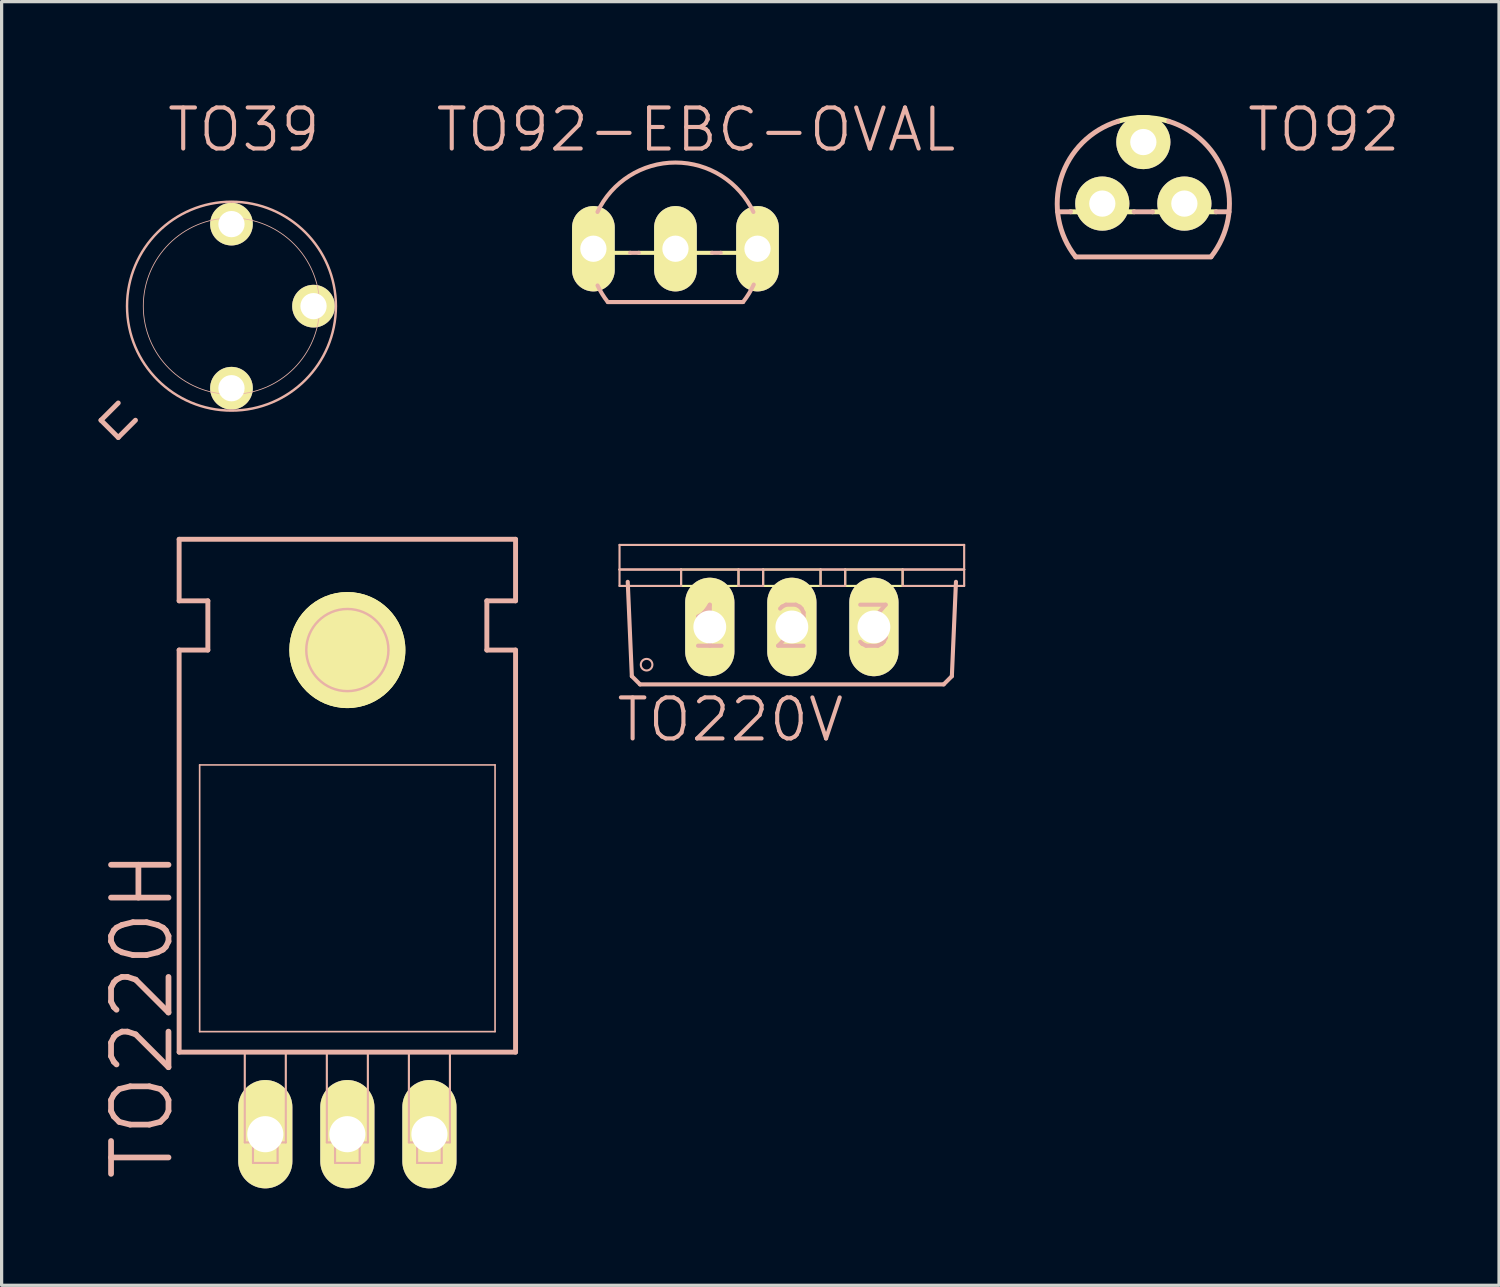
<source format=kicad_pcb>
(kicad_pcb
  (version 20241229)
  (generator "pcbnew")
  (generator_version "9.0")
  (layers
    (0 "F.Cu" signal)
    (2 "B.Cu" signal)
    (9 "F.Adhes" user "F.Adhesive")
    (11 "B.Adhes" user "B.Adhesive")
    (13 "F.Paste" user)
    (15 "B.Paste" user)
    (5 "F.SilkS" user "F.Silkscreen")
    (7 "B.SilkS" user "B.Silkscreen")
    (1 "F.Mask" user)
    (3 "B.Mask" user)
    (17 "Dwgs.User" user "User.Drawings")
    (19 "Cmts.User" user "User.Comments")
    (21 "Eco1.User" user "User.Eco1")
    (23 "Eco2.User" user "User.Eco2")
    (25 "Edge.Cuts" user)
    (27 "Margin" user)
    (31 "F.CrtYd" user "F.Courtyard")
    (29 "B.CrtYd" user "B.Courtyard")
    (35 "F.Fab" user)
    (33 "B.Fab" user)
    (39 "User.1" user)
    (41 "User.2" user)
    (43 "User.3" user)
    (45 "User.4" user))
  (footprint "TO220H"
    (layer "F.Cu")
    (at 7.702 21.898)
    (property "Reference" "TO220H" (at -6.35 6.477 90) (layer "B.SilkS") (effects (font (size 1.778 1.778) (thickness 0.178))))
    (attr exclude_from_pos_files exclude_from_bom)
    (fp_line (start -1.651 -4.826) (end 1.651 -4.826) (stroke (width 0.127) (type solid)) (layer "F.SilkS"))
    (fp_line (start 0 -3.175) (end 0 -6.477) (stroke (width 0.127) (type solid)) (layer "F.SilkS"))
    (fp_circle (center 0 -4.826) (end -1.27 -6.096) (stroke (width 0) (type solid)) (fill yes) (layer "F.SilkS"))
    (fp_circle (center 0 -4.826) (end -1.27 -6.096) (stroke (width 0) (type solid)) (fill yes) (layer "F.SilkS"))
    (fp_circle (center 0 -4.826) (end -0.826 -5.652) (stroke (width 0.127) (type solid)) (fill no) (layer "F.SilkS"))
    (fp_line (start -5.207 -6.35) (end -5.207 -8.255) (stroke (width 0.152) (type solid)) (layer "B.SilkS"))
    (fp_line (start -5.207 -4.826) (end -4.318 -4.826) (stroke (width 0.152) (type solid)) (layer "B.SilkS"))
    (fp_line (start -5.207 7.62) (end -5.207 -4.826) (stroke (width 0.152) (type solid)) (layer "B.SilkS"))
    (fp_line (start -5.207 7.62) (end 5.207 7.62) (stroke (width 0.152) (type solid)) (layer "B.SilkS"))
    (fp_line (start -4.572 6.985) (end -4.572 -1.27) (stroke (width 0.051) (type solid)) (layer "B.SilkS"))
    (fp_line (start -4.572 6.985) (end 4.572 6.985) (stroke (width 0.051) (type solid)) (layer "B.SilkS"))
    (fp_line (start -4.318 -6.35) (end -5.207 -6.35) (stroke (width 0.152) (type solid)) (layer "B.SilkS"))
    (fp_line (start -4.318 -4.826) (end -4.318 -6.35) (stroke (width 0.152) (type solid)) (layer "B.SilkS"))
    (fp_line (start -3.175 7.62) (end -1.905 7.62) (stroke (width 0.066) (type solid)) (layer "B.SilkS"))
    (fp_line (start -3.175 10.414) (end -3.175 7.62) (stroke (width 0.066) (type solid)) (layer "B.SilkS"))
    (fp_line (start -3.175 10.414) (end -1.905 10.414) (stroke (width 0.066) (type solid)) (layer "B.SilkS"))
    (fp_line (start -2.921 10.414) (end -2.159 10.414) (stroke (width 0.066) (type solid)) (layer "B.SilkS"))
    (fp_line (start -2.921 11.049) (end -2.921 10.414) (stroke (width 0.066) (type solid)) (layer "B.SilkS"))
    (fp_line (start -2.921 11.049) (end -2.159 11.049) (stroke (width 0.066) (type solid)) (layer "B.SilkS"))
    (fp_line (start -2.159 11.049) (end -2.159 10.414) (stroke (width 0.066) (type solid)) (layer "B.SilkS"))
    (fp_line (start -1.905 10.414) (end -1.905 7.62) (stroke (width 0.066) (type solid)) (layer "B.SilkS"))
    (fp_line (start -0.635 7.62) (end 0.635 7.62) (stroke (width 0.066) (type solid)) (layer "B.SilkS"))
    (fp_line (start -0.635 10.414) (end -0.635 7.62) (stroke (width 0.066) (type solid)) (layer "B.SilkS"))
    (fp_line (start -0.635 10.414) (end 0.635 10.414) (stroke (width 0.066) (type solid)) (layer "B.SilkS"))
    (fp_line (start -0.381 10.414) (end 0.381 10.414) (stroke (width 0.066) (type solid)) (layer "B.SilkS"))
    (fp_line (start -0.381 11.049) (end -0.381 10.414) (stroke (width 0.066) (type solid)) (layer "B.SilkS"))
    (fp_line (start -0.381 11.049) (end 0.381 11.049) (stroke (width 0.066) (type solid)) (layer "B.SilkS"))
    (fp_line (start 0.381 11.049) (end 0.381 10.414) (stroke (width 0.066) (type solid)) (layer "B.SilkS"))
    (fp_line (start 0.635 10.414) (end 0.635 7.62) (stroke (width 0.066) (type solid)) (layer "B.SilkS"))
    (fp_line (start 1.905 7.62) (end 3.175 7.62) (stroke (width 0.066) (type solid)) (layer "B.SilkS"))
    (fp_line (start 1.905 10.414) (end 1.905 7.62) (stroke (width 0.066) (type solid)) (layer "B.SilkS"))
    (fp_line (start 1.905 10.414) (end 3.175 10.414) (stroke (width 0.066) (type solid)) (layer "B.SilkS"))
    (fp_line (start 2.159 10.414) (end 2.921 10.414) (stroke (width 0.066) (type solid)) (layer "B.SilkS"))
    (fp_line (start 2.159 11.049) (end 2.159 10.414) (stroke (width 0.066) (type solid)) (layer "B.SilkS"))
    (fp_line (start 2.159 11.049) (end 2.921 11.049) (stroke (width 0.066) (type solid)) (layer "B.SilkS"))
    (fp_line (start 2.921 11.049) (end 2.921 10.414) (stroke (width 0.066) (type solid)) (layer "B.SilkS"))
    (fp_line (start 3.175 10.414) (end 3.175 7.62) (stroke (width 0.066) (type solid)) (layer "B.SilkS"))
    (fp_line (start 4.318 -6.35) (end 5.207 -6.35) (stroke (width 0.152) (type solid)) (layer "B.SilkS"))
    (fp_line (start 4.318 -4.826) (end 4.318 -6.35) (stroke (width 0.152) (type solid)) (layer "B.SilkS"))
    (fp_line (start 4.572 -1.27) (end -4.572 -1.27) (stroke (width 0.051) (type solid)) (layer "B.SilkS"))
    (fp_line (start 4.572 -1.27) (end 4.572 6.985) (stroke (width 0.051) (type solid)) (layer "B.SilkS"))
    (fp_line (start 5.207 -8.255) (end -5.207 -8.255) (stroke (width 0.152) (type solid)) (layer "B.SilkS"))
    (fp_line (start 5.207 -6.35) (end 5.207 -8.255) (stroke (width 0.152) (type solid)) (layer "B.SilkS"))
    (fp_line (start 5.207 -4.826) (end 4.318 -4.826) (stroke (width 0.152) (type solid)) (layer "B.SilkS"))
    (fp_line (start 5.207 7.62) (end 5.207 -4.826) (stroke (width 0.152) (type solid)) (layer "B.SilkS"))
    (fp_circle (center 0 -4.826) (end -0.899 -5.725) (stroke (width 0.076) (type solid)) (fill no) (layer "B.SilkS"))
    (pad "1" thru_hole oval (at -2.54 10.16 180) (size 1.676 3.353) (drill 1.118) (layers "*.Cu" "F.Mask" "F.SilkS" "F.Paste"))
    (pad "2" thru_hole oval (at 0 10.16 180) (size 1.676 3.353) (drill 1.118) (layers "*.Cu" "F.Mask" "F.SilkS" "F.Paste"))
    (pad "3" thru_hole oval (at 2.54 10.16 180) (size 1.676 3.353) (drill 1.118) (layers "*.Cu" "F.Mask" "F.SilkS" "F.Paste")))
  (footprint "TO220V"
    (layer "F.Cu")
    (at 21.461 13.817)
    (property "Reference" "TO220V" (at -1.905 5.41 0) (layer "B.SilkS") (effects (font (size 1.27 1.27) (thickness 0.127))))
    (attr exclude_from_pos_files exclude_from_bom)
    (fp_line (start -3.429 0.762) (end -1.651 0.762) (stroke (width 0.066) (type solid)) (layer "F.SilkS"))
    (fp_line (start -3.429 1.27) (end -3.429 0.762) (stroke (width 0.066) (type solid)) (layer "F.SilkS"))
    (fp_line (start -3.429 1.27) (end -1.651 1.27) (stroke (width 0.066) (type solid)) (layer "F.SilkS"))
    (fp_line (start -1.651 1.27) (end -1.651 0.762) (stroke (width 0.066) (type solid)) (layer "F.SilkS"))
    (fp_line (start -0.889 0.762) (end 0.889 0.762) (stroke (width 0.066) (type solid)) (layer "F.SilkS"))
    (fp_line (start -0.889 1.27) (end -0.889 0.762) (stroke (width 0.066) (type solid)) (layer "F.SilkS"))
    (fp_line (start -0.889 1.27) (end 0.889 1.27) (stroke (width 0.066) (type solid)) (layer "F.SilkS"))
    (fp_line (start 0.889 1.27) (end 0.889 0.762) (stroke (width 0.066) (type solid)) (layer "F.SilkS"))
    (fp_line (start 1.651 0.762) (end 3.429 0.762) (stroke (width 0.066) (type solid)) (layer "F.SilkS"))
    (fp_line (start 1.651 1.27) (end 1.651 0.762) (stroke (width 0.066) (type solid)) (layer "F.SilkS"))
    (fp_line (start 1.651 1.27) (end 3.429 1.27) (stroke (width 0.066) (type solid)) (layer "F.SilkS"))
    (fp_line (start 3.429 1.27) (end 3.429 0.762) (stroke (width 0.066) (type solid)) (layer "F.SilkS"))
    (fp_line (start -5.334 0) (end 5.334 0) (stroke (width 0.066) (type solid)) (layer "B.SilkS"))
    (fp_line (start -5.334 0.762) (end -5.334 0) (stroke (width 0.066) (type solid)) (layer "B.SilkS"))
    (fp_line (start -5.334 0.762) (end -3.429 0.762) (stroke (width 0.066) (type solid)) (layer "B.SilkS"))
    (fp_line (start -5.334 0.762) (end 5.334 0.762) (stroke (width 0.066) (type solid)) (layer "B.SilkS"))
    (fp_line (start -5.334 1.27) (end -5.334 0.762) (stroke (width 0.066) (type solid)) (layer "B.SilkS"))
    (fp_line (start -5.334 1.27) (end -3.429 1.27) (stroke (width 0.066) (type solid)) (layer "B.SilkS"))
    (fp_line (start -4.953 4.064) (end -5.08 1.143) (stroke (width 0.127) (type solid)) (layer "B.SilkS"))
    (fp_line (start -4.953 4.064) (end -4.699 4.318) (stroke (width 0.127) (type solid)) (layer "B.SilkS"))
    (fp_line (start -3.429 1.27) (end -3.429 0.762) (stroke (width 0.066) (type solid)) (layer "B.SilkS"))
    (fp_line (start -1.651 0.762) (end -0.889 0.762) (stroke (width 0.066) (type solid)) (layer "B.SilkS"))
    (fp_line (start -1.651 1.27) (end -1.651 0.762) (stroke (width 0.066) (type solid)) (layer "B.SilkS"))
    (fp_line (start -1.651 1.27) (end -0.889 1.27) (stroke (width 0.066) (type solid)) (layer "B.SilkS"))
    (fp_line (start -0.889 1.27) (end -0.889 0.762) (stroke (width 0.066) (type solid)) (layer "B.SilkS"))
    (fp_line (start 0.889 0.762) (end 1.651 0.762) (stroke (width 0.066) (type solid)) (layer "B.SilkS"))
    (fp_line (start 0.889 1.27) (end 0.889 0.762) (stroke (width 0.066) (type solid)) (layer "B.SilkS"))
    (fp_line (start 0.889 1.27) (end 1.651 1.27) (stroke (width 0.066) (type solid)) (layer "B.SilkS"))
    (fp_line (start 1.651 1.27) (end 1.651 0.762) (stroke (width 0.066) (type solid)) (layer "B.SilkS"))
    (fp_line (start 3.429 0.762) (end 5.334 0.762) (stroke (width 0.066) (type solid)) (layer "B.SilkS"))
    (fp_line (start 3.429 1.27) (end 3.429 0.762) (stroke (width 0.066) (type solid)) (layer "B.SilkS"))
    (fp_line (start 3.429 1.27) (end 5.334 1.27) (stroke (width 0.066) (type solid)) (layer "B.SilkS"))
    (fp_line (start 4.699 4.318) (end -4.699 4.318) (stroke (width 0.127) (type solid)) (layer "B.SilkS"))
    (fp_line (start 4.699 4.318) (end 4.953 4.064) (stroke (width 0.127) (type solid)) (layer "B.SilkS"))
    (fp_line (start 5.08 1.143) (end 4.953 4.064) (stroke (width 0.127) (type solid)) (layer "B.SilkS"))
    (fp_line (start 5.334 0.762) (end 5.334 0) (stroke (width 0.066) (type solid)) (layer "B.SilkS"))
    (fp_line (start 5.334 1.27) (end 5.334 0.762) (stroke (width 0.066) (type solid)) (layer "B.SilkS"))
    (fp_circle (center -4.496 3.708) (end -4.623 3.835) (stroke (width 0.064) (type solid)) (fill no) (layer "B.SilkS"))
    (fp_text user "3" (at 2.54 2.54 0) (layer "B.SilkS") (effects (font (size 1.27 1.27) (thickness 0.127))))
    (fp_text user "2" (at 0 2.54 0) (layer "B.SilkS") (effects (font (size 1.27 1.27) (thickness 0.127))))
    (fp_text user "1" (at -2.54 2.54 0) (layer "B.SilkS") (effects (font (size 1.27 1.27) (thickness 0.127))))
    (pad "1" thru_hole oval (at -2.54 2.54 180) (size 1.524 3.048) (drill 1.016) (layers "*.Cu" "F.Mask" "F.SilkS" "F.Paste"))
    (pad "2" thru_hole oval (at 0 2.54 180) (size 1.524 3.048) (drill 1.016) (layers "*.Cu" "F.Mask" "F.SilkS" "F.Paste"))
    (pad "3" thru_hole oval (at 2.54 2.54 180) (size 1.524 3.048) (drill 1.016) (layers "*.Cu" "F.Mask" "F.SilkS" "F.Paste")))
  (footprint "TO92-EBC-OVAL"
    (layer "F.Cu")
    (at 17.858 3.379)
    (property "Reference" "TO92-EBC-OVAL" (at 0.635 -2.413 0) (layer "B.SilkS") (effects (font (size 1.27 1.27) (thickness 0.127))))
    (attr exclude_from_pos_files exclude_from_bom)
    (fp_line (start -1.402 1.397) (end -2.662 1.397) (stroke (width 0.127) (type solid)) (layer "F.SilkS"))
    (fp_line (start 1.135 1.397) (end -1.135 1.397) (stroke (width 0.127) (type solid)) (layer "F.SilkS"))
    (fp_line (start 2.662 1.397) (end 1.402 1.397) (stroke (width 0.127) (type solid)) (layer "F.SilkS"))
    (fp_arc (start -2.413 2.40538) (mid -2.666769 1.269917) (end -2.412929 0.13447) (stroke (width 0.127) (type solid)) (layer "F.SilkS"))
    (fp_arc (start 2.413 0.13208) (mid 2.66785 1.267785) (end 2.414887 2.403911) (stroke (width 0.127) (type solid)) (layer "F.SilkS"))
    (fp_line (start -2.093 2.921) (end 2.093 2.921) (stroke (width 0.127) (type solid)) (layer "B.SilkS"))
    (fp_line (start -1.135 1.397) (end -1.402 1.397) (stroke (width 0.127) (type solid)) (layer "B.SilkS"))
    (fp_line (start 1.402 1.397) (end 1.135 1.397) (stroke (width 0.127) (type solid)) (layer "B.SilkS"))
    (fp_arc (start -2.413 0.13208) (mid -0.000113 -1.397851) (end 2.412904 0.131876) (stroke (width 0.127) (type solid)) (layer "B.SilkS"))
    (fp_arc (start -2.09296 2.921) (mid -2.266692 2.673441) (end -2.411283 2.407806) (stroke (width 0.127) (type solid)) (layer "B.SilkS"))
    (fp_arc (start 2.42316 2.37998) (mid 2.274388 2.659066) (end 2.093617 2.918573) (stroke (width 0.127) (type solid)) (layer "B.SilkS"))
    (pad "B" thru_hole oval (at 0 1.27 180) (size 1.321 2.642) (drill 0.813) (layers "*.Cu" "F.Mask" "F.SilkS" "F.Paste"))
    (pad "C" thru_hole oval (at 2.54 1.27 180) (size 1.321 2.642) (drill 0.813) (layers "*.Cu" "F.Mask" "F.SilkS" "F.Paste"))
    (pad "E" thru_hole oval (at -2.54 1.27 180) (size 1.321 2.642) (drill 0.813) (layers "*.Cu" "F.Mask" "F.SilkS" "F.Paste")))
  (footprint "TO92"
    (layer "F.Cu")
    (at 32.341 3.252)
    (property "Reference" "TO92" (at 5.588 -2.286 0) (layer "B.SilkS") (effects (font (size 1.27 1.27) (thickness 0.127))))
    (attr exclude_from_pos_files exclude_from_bom)
    (fp_line (start -2.253 0.254) (end -0.284 0.254) (stroke (width 0.152) (type solid)) (layer "F.SilkS"))
    (fp_line (start 0.284 0.254) (end 2.253 0.254) (stroke (width 0.152) (type solid)) (layer "F.SilkS"))
    (fp_arc (start -0.78486 -2.54762) (mid -0.001061 -2.665778) (end 0.782832 -2.548244) (stroke (width 0.1524) (type solid)) (layer "F.SilkS"))
    (fp_line (start -2.654 0.254) (end -2.253 0.254) (stroke (width 0.152) (type solid)) (layer "B.SilkS"))
    (fp_line (start -2.093 1.651) (end 2.093 1.651) (stroke (width 0.152) (type solid)) (layer "B.SilkS"))
    (fp_line (start -0.284 0.254) (end 0.284 0.254) (stroke (width 0.152) (type solid)) (layer "B.SilkS"))
    (fp_line (start 2.253 0.254) (end 2.654 0.254) (stroke (width 0.152) (type solid)) (layer "B.SilkS"))
    (fp_arc (start -2.09296 1.651) (mid -2.546098 -0.789726) (end -0.791292 -2.545612) (stroke (width 0.1524) (type solid)) (layer "B.SilkS"))
    (fp_arc (start 0.78486 -2.54762) (mid 2.54411 -0.796164) (end 2.097139 1.645715) (stroke (width 0.1524) (type solid)) (layer "B.SilkS"))
    (pad "1" thru_hole circle (at -1.27 0) (size 1.676 1.676) (drill 0.813) (layers "*.Cu" "F.Mask" "F.SilkS" "F.Paste"))
    (pad "2" thru_hole circle (at 0 -1.905) (size 1.676 1.676) (drill 0.813) (layers "*.Cu" "F.Mask" "F.SilkS" "F.Paste"))
    (pad "3" thru_hole circle (at 1.27 0) (size 1.676 1.676) (drill 0.813) (layers "*.Cu" "F.Mask" "F.SilkS" "F.Paste")))
  (footprint "TO39"
    (layer "F.Cu")
    (at 4.115 6.427)
    (property "Reference" "TO39" (at 0.381 -5.461 0) (layer "B.SilkS") (effects (font (size 1.27 1.27) (thickness 0.127))))
    (attr exclude_from_pos_files exclude_from_bom)
    (fp_line (start -4.039 3.531) (end -3.505 2.997) (stroke (width 0.152) (type solid)) (layer "B.SilkS"))
    (fp_line (start -3.505 4.064) (end -4.039 3.531) (stroke (width 0.152) (type solid)) (layer "B.SilkS"))
    (fp_line (start -2.972 3.531) (end -3.505 4.064) (stroke (width 0.152) (type solid)) (layer "B.SilkS"))
    (fp_circle (center 0 0) (end -2.286 2.286) (stroke (width 0.076) (type solid)) (fill no) (layer "B.SilkS"))
    (fp_circle (center 0 0) (end -1.93 1.93) (stroke (width 0.025) (type solid)) (fill no) (layer "B.SilkS"))
    (pad "1" thru_hole circle (at 0 2.54) (size 1.321 1.321) (drill 0.813) (layers "*.Cu" "F.Mask" "F.SilkS" "F.Paste"))
    (pad "2" thru_hole circle (at 2.54 0) (size 1.321 1.321) (drill 0.813) (layers "*.Cu" "F.Mask" "F.SilkS" "F.Paste"))
    (pad "3" thru_hole circle (at 0 -2.54) (size 1.321 1.321) (drill 0.813) (layers "*.Cu" "F.Mask" "F.SilkS" "F.Paste")))
  (gr_rect
    (start -3 -3)
    (end 43.351 36.735)
    (stroke (width 0.1) (type default))
    (fill no)
    (layer "Edge.Cuts")))
</source>
